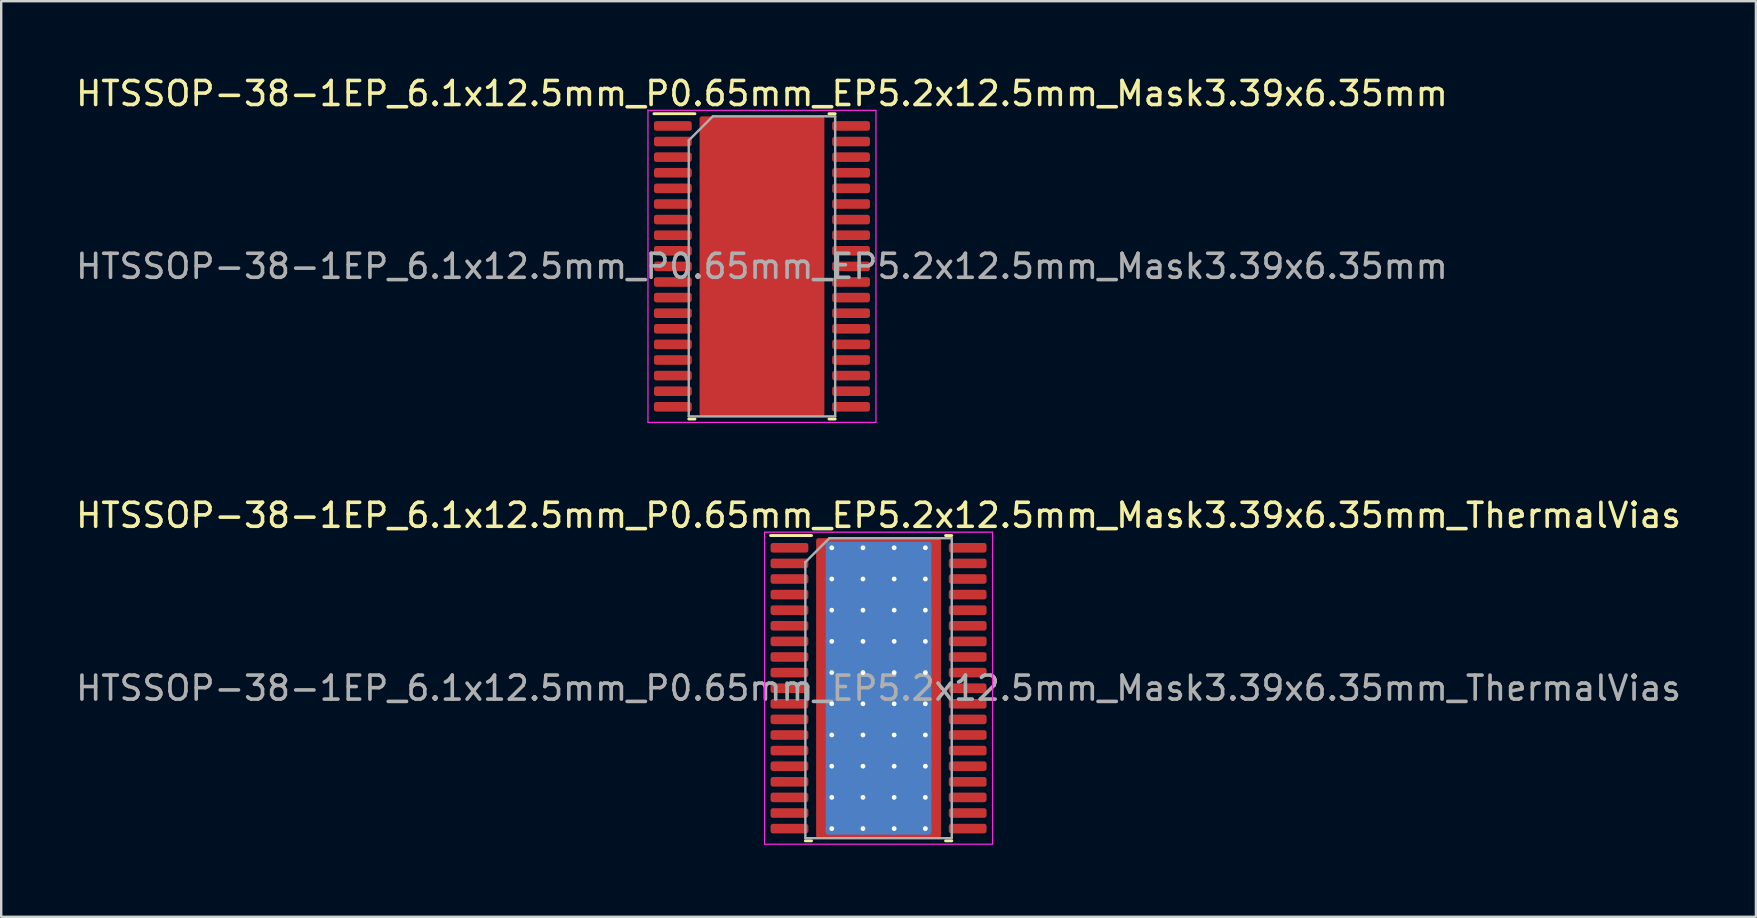
<source format=kicad_pcb>
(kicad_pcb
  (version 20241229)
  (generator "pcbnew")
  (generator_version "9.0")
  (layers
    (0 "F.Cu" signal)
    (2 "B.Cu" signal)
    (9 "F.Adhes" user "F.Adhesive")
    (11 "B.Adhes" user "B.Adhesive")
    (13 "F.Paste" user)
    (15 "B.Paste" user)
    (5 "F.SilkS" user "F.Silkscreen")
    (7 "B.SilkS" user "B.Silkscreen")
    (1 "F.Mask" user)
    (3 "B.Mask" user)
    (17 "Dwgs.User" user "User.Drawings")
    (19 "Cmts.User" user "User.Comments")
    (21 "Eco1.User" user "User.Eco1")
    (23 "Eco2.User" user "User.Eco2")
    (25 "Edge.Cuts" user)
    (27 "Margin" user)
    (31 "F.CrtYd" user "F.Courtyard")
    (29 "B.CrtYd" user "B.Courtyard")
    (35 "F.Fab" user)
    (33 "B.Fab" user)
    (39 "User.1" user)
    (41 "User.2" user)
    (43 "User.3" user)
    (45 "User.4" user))
  (footprint "HTSSOP-38-1EP_6.1x12.5mm_P0.65mm_EP5.2x12.5mm_Mask3.39x6.35mm_ThermalVias"
    (layer "F.Cu")
    (at 33.554 25.622)
    (property "Reference" "HTSSOP-38-1EP_6.1x12.5mm_P0.65mm_EP5.2x12.5mm_Mask3.39x6.35mm_ThermalVias" (at 0 -7.2 0) (layer "F.SilkS") (effects (font (size 1 1) (thickness 0.15))))
    (attr smd)
    (fp_line (start -2.792 -6.36) (end -4.5 -6.36) (stroke (width 0.12) (type solid)) (layer "F.SilkS"))
    (fp_line (start -2.792 6.36) (end -3.05 6.36) (stroke (width 0.12) (type solid)) (layer "F.SilkS"))
    (fp_line (start 2.792 -6.36) (end 3.05 -6.36) (stroke (width 0.12) (type solid)) (layer "F.SilkS"))
    (fp_line (start 2.792 6.36) (end 3.05 6.36) (stroke (width 0.12) (type solid)) (layer "F.SilkS"))
    (fp_line (start -4.75 -6.5) (end -4.75 6.5) (stroke (width 0.05) (type solid)) (layer "F.CrtYd"))
    (fp_line (start -4.75 6.5) (end 4.75 6.5) (stroke (width 0.05) (type solid)) (layer "F.CrtYd"))
    (fp_line (start 4.75 -6.5) (end -4.75 -6.5) (stroke (width 0.05) (type solid)) (layer "F.CrtYd"))
    (fp_line (start 4.75 6.5) (end 4.75 -6.5) (stroke (width 0.05) (type solid)) (layer "F.CrtYd"))
    (fp_line (start -3.05 -5.25) (end -2.05 -6.25) (stroke (width 0.1) (type solid)) (layer "F.Fab"))
    (fp_line (start -3.05 6.25) (end -3.05 -5.25) (stroke (width 0.1) (type solid)) (layer "F.Fab"))
    (fp_line (start -2.05 -6.25) (end 3.05 -6.25) (stroke (width 0.1) (type solid)) (layer "F.Fab"))
    (fp_line (start 3.05 -6.25) (end 3.05 6.25) (stroke (width 0.1) (type solid)) (layer "F.Fab"))
    (fp_line (start 3.05 6.25) (end -3.05 6.25) (stroke (width 0.1) (type solid)) (layer "F.Fab"))
    (fp_text user "${REFERENCE}" (at 0 0 0) (layer "F.Fab") (effects (font (size 1 1) (thickness 0.15))))
    (pad "" smd roundrect (at -0.85 -2.12) (size 1.37 1.71) (layers "F.Paste") (roundrect_rratio 0.182))
    (pad "" smd roundrect (at -0.85 0) (size 1.37 1.71) (layers "F.Paste") (roundrect_rratio 0.182))
    (pad "" smd roundrect (at -0.85 2.12) (size 1.37 1.71) (layers "F.Paste") (roundrect_rratio 0.182))
    (pad "" smd roundrect (at 0 0) (size 3.39 6.35) (layers "F.Mask") (roundrect_rratio 0.029))
    (pad "" smd roundrect (at 0.85 -2.12) (size 1.37 1.71) (layers "F.Paste") (roundrect_rratio 0.182))
    (pad "" smd roundrect (at 0.85 0) (size 1.37 1.71) (layers "F.Paste") (roundrect_rratio 0.182))
    (pad "" smd roundrect (at 0.85 2.12) (size 1.37 1.71) (layers "F.Paste") (roundrect_rratio 0.182))
    (pad "1" smd roundrect (at -3.712 -5.85) (size 1.575 0.4) (layers "F.Cu" "F.Mask" "F.Paste") (roundrect_rratio 0.25))
    (pad "2" smd roundrect (at -3.712 -5.2) (size 1.575 0.4) (layers "F.Cu" "F.Mask" "F.Paste") (roundrect_rratio 0.25))
    (pad "3" smd roundrect (at -3.712 -4.55) (size 1.575 0.4) (layers "F.Cu" "F.Mask" "F.Paste") (roundrect_rratio 0.25))
    (pad "4" smd roundrect (at -3.712 -3.9) (size 1.575 0.4) (layers "F.Cu" "F.Mask" "F.Paste") (roundrect_rratio 0.25))
    (pad "5" smd roundrect (at -3.712 -3.25) (size 1.575 0.4) (layers "F.Cu" "F.Mask" "F.Paste") (roundrect_rratio 0.25))
    (pad "6" smd roundrect (at -3.712 -2.6) (size 1.575 0.4) (layers "F.Cu" "F.Mask" "F.Paste") (roundrect_rratio 0.25))
    (pad "7" smd roundrect (at -3.712 -1.95) (size 1.575 0.4) (layers "F.Cu" "F.Mask" "F.Paste") (roundrect_rratio 0.25))
    (pad "8" smd roundrect (at -3.712 -1.3) (size 1.575 0.4) (layers "F.Cu" "F.Mask" "F.Paste") (roundrect_rratio 0.25))
    (pad "9" smd roundrect (at -3.712 -0.65) (size 1.575 0.4) (layers "F.Cu" "F.Mask" "F.Paste") (roundrect_rratio 0.25))
    (pad "10" smd roundrect (at -3.712 0) (size 1.575 0.4) (layers "F.Cu" "F.Mask" "F.Paste") (roundrect_rratio 0.25))
    (pad "11" smd roundrect (at -3.712 0.65) (size 1.575 0.4) (layers "F.Cu" "F.Mask" "F.Paste") (roundrect_rratio 0.25))
    (pad "12" smd roundrect (at -3.712 1.3) (size 1.575 0.4) (layers "F.Cu" "F.Mask" "F.Paste") (roundrect_rratio 0.25))
    (pad "13" smd roundrect (at -3.712 1.95) (size 1.575 0.4) (layers "F.Cu" "F.Mask" "F.Paste") (roundrect_rratio 0.25))
    (pad "14" smd roundrect (at -3.712 2.6) (size 1.575 0.4) (layers "F.Cu" "F.Mask" "F.Paste") (roundrect_rratio 0.25))
    (pad "15" smd roundrect (at -3.712 3.25) (size 1.575 0.4) (layers "F.Cu" "F.Mask" "F.Paste") (roundrect_rratio 0.25))
    (pad "16" smd roundrect (at -3.712 3.9) (size 1.575 0.4) (layers "F.Cu" "F.Mask" "F.Paste") (roundrect_rratio 0.25))
    (pad "17" smd roundrect (at -3.712 4.55) (size 1.575 0.4) (layers "F.Cu" "F.Mask" "F.Paste") (roundrect_rratio 0.25))
    (pad "18" smd roundrect (at -3.712 5.2) (size 1.575 0.4) (layers "F.Cu" "F.Mask" "F.Paste") (roundrect_rratio 0.25))
    (pad "19" smd roundrect (at -3.712 5.85) (size 1.575 0.4) (layers "F.Cu" "F.Mask" "F.Paste") (roundrect_rratio 0.25))
    (pad "20" smd roundrect (at 3.712 5.85) (size 1.575 0.4) (layers "F.Cu" "F.Mask" "F.Paste") (roundrect_rratio 0.25))
    (pad "21" smd roundrect (at 3.712 5.2) (size 1.575 0.4) (layers "F.Cu" "F.Mask" "F.Paste") (roundrect_rratio 0.25))
    (pad "22" smd roundrect (at 3.712 4.55) (size 1.575 0.4) (layers "F.Cu" "F.Mask" "F.Paste") (roundrect_rratio 0.25))
    (pad "23" smd roundrect (at 3.712 3.9) (size 1.575 0.4) (layers "F.Cu" "F.Mask" "F.Paste") (roundrect_rratio 0.25))
    (pad "24" smd roundrect (at 3.712 3.25) (size 1.575 0.4) (layers "F.Cu" "F.Mask" "F.Paste") (roundrect_rratio 0.25))
    (pad "25" smd roundrect (at 3.712 2.6) (size 1.575 0.4) (layers "F.Cu" "F.Mask" "F.Paste") (roundrect_rratio 0.25))
    (pad "26" smd roundrect (at 3.712 1.95) (size 1.575 0.4) (layers "F.Cu" "F.Mask" "F.Paste") (roundrect_rratio 0.25))
    (pad "27" smd roundrect (at 3.712 1.3) (size 1.575 0.4) (layers "F.Cu" "F.Mask" "F.Paste") (roundrect_rratio 0.25))
    (pad "28" smd roundrect (at 3.712 0.65) (size 1.575 0.4) (layers "F.Cu" "F.Mask" "F.Paste") (roundrect_rratio 0.25))
    (pad "29" smd roundrect (at 3.712 0) (size 1.575 0.4) (layers "F.Cu" "F.Mask" "F.Paste") (roundrect_rratio 0.25))
    (pad "30" smd roundrect (at 3.712 -0.65) (size 1.575 0.4) (layers "F.Cu" "F.Mask" "F.Paste") (roundrect_rratio 0.25))
    (pad "31" smd roundrect (at 3.712 -1.3) (size 1.575 0.4) (layers "F.Cu" "F.Mask" "F.Paste") (roundrect_rratio 0.25))
    (pad "32" smd roundrect (at 3.712 -1.95) (size 1.575 0.4) (layers "F.Cu" "F.Mask" "F.Paste") (roundrect_rratio 0.25))
    (pad "33" smd roundrect (at 3.712 -2.6) (size 1.575 0.4) (layers "F.Cu" "F.Mask" "F.Paste") (roundrect_rratio 0.25))
    (pad "34" smd roundrect (at 3.712 -3.25) (size 1.575 0.4) (layers "F.Cu" "F.Mask" "F.Paste") (roundrect_rratio 0.25))
    (pad "35" smd roundrect (at 3.712 -3.9) (size 1.575 0.4) (layers "F.Cu" "F.Mask" "F.Paste") (roundrect_rratio 0.25))
    (pad "36" smd roundrect (at 3.712 -4.55) (size 1.575 0.4) (layers "F.Cu" "F.Mask" "F.Paste") (roundrect_rratio 0.25))
    (pad "37" smd roundrect (at 3.712 -5.2) (size 1.575 0.4) (layers "F.Cu" "F.Mask" "F.Paste") (roundrect_rratio 0.25))
    (pad "38" smd roundrect (at 3.712 -5.85) (size 1.575 0.4) (layers "F.Cu" "F.Mask" "F.Paste") (roundrect_rratio 0.25))
    (pad "39" thru_hole circle (at -1.95 -5.85) (size 0.5 0.5) (drill 0.2) (layers "*.Cu"))
    (pad "39" thru_hole circle (at -1.95 -4.55) (size 0.5 0.5) (drill 0.2) (layers "*.Cu"))
    (pad "39" thru_hole circle (at -1.95 -3.25) (size 0.5 0.5) (drill 0.2) (layers "*.Cu"))
    (pad "39" thru_hole circle (at -1.95 -1.95) (size 0.5 0.5) (drill 0.2) (layers "*.Cu"))
    (pad "39" thru_hole circle (at -1.95 -0.65) (size 0.5 0.5) (drill 0.2) (layers "*.Cu"))
    (pad "39" thru_hole circle (at -1.95 0.65) (size 0.5 0.5) (drill 0.2) (layers "*.Cu"))
    (pad "39" thru_hole circle (at -1.95 1.95) (size 0.5 0.5) (drill 0.2) (layers "*.Cu"))
    (pad "39" thru_hole circle (at -1.95 3.25) (size 0.5 0.5) (drill 0.2) (layers "*.Cu"))
    (pad "39" thru_hole circle (at -1.95 4.55) (size 0.5 0.5) (drill 0.2) (layers "*.Cu"))
    (pad "39" thru_hole circle (at -1.95 5.85) (size 0.5 0.5) (drill 0.2) (layers "*.Cu"))
    (pad "39" thru_hole circle (at -0.65 -5.85) (size 0.5 0.5) (drill 0.2) (layers "*.Cu"))
    (pad "39" thru_hole circle (at -0.65 -4.55) (size 0.5 0.5) (drill 0.2) (layers "*.Cu"))
    (pad "39" thru_hole circle (at -0.65 -3.25) (size 0.5 0.5) (drill 0.2) (layers "*.Cu"))
    (pad "39" thru_hole circle (at -0.65 -1.95) (size 0.5 0.5) (drill 0.2) (layers "*.Cu"))
    (pad "39" thru_hole circle (at -0.65 -0.65) (size 0.5 0.5) (drill 0.2) (layers "*.Cu"))
    (pad "39" thru_hole circle (at -0.65 0.65) (size 0.5 0.5) (drill 0.2) (layers "*.Cu"))
    (pad "39" thru_hole circle (at -0.65 1.95) (size 0.5 0.5) (drill 0.2) (layers "*.Cu"))
    (pad "39" thru_hole circle (at -0.65 3.25) (size 0.5 0.5) (drill 0.2) (layers "*.Cu"))
    (pad "39" thru_hole circle (at -0.65 4.55) (size 0.5 0.5) (drill 0.2) (layers "*.Cu"))
    (pad "39" thru_hole circle (at -0.65 5.85) (size 0.5 0.5) (drill 0.2) (layers "*.Cu"))
    (pad "39" smd roundrect (at 0 0) (size 4.4 12.2) (layers "B.Cu") (roundrect_rratio 0.023))
    (pad "39" smd roundrect (at 0 0) (size 5.2 12.5) (layers "F.Cu") (roundrect_rratio 0.019))
    (pad "39" thru_hole circle (at 0.65 -5.85) (size 0.5 0.5) (drill 0.2) (layers "*.Cu"))
    (pad "39" thru_hole circle (at 0.65 -4.55) (size 0.5 0.5) (drill 0.2) (layers "*.Cu"))
    (pad "39" thru_hole circle (at 0.65 -3.25) (size 0.5 0.5) (drill 0.2) (layers "*.Cu"))
    (pad "39" thru_hole circle (at 0.65 -1.95) (size 0.5 0.5) (drill 0.2) (layers "*.Cu"))
    (pad "39" thru_hole circle (at 0.65 -0.65) (size 0.5 0.5) (drill 0.2) (layers "*.Cu"))
    (pad "39" thru_hole circle (at 0.65 0.65) (size 0.5 0.5) (drill 0.2) (layers "*.Cu"))
    (pad "39" thru_hole circle (at 0.65 1.95) (size 0.5 0.5) (drill 0.2) (layers "*.Cu"))
    (pad "39" thru_hole circle (at 0.65 3.25) (size 0.5 0.5) (drill 0.2) (layers "*.Cu"))
    (pad "39" thru_hole circle (at 0.65 4.55) (size 0.5 0.5) (drill 0.2) (layers "*.Cu"))
    (pad "39" thru_hole circle (at 0.65 5.85) (size 0.5 0.5) (drill 0.2) (layers "*.Cu"))
    (pad "39" thru_hole circle (at 1.95 -5.85) (size 0.5 0.5) (drill 0.2) (layers "*.Cu"))
    (pad "39" thru_hole circle (at 1.95 -4.55) (size 0.5 0.5) (drill 0.2) (layers "*.Cu"))
    (pad "39" thru_hole circle (at 1.95 -3.25) (size 0.5 0.5) (drill 0.2) (layers "*.Cu"))
    (pad "39" thru_hole circle (at 1.95 -1.95) (size 0.5 0.5) (drill 0.2) (layers "*.Cu"))
    (pad "39" thru_hole circle (at 1.95 -0.65) (size 0.5 0.5) (drill 0.2) (layers "*.Cu"))
    (pad "39" thru_hole circle (at 1.95 0.65) (size 0.5 0.5) (drill 0.2) (layers "*.Cu"))
    (pad "39" thru_hole circle (at 1.95 1.95) (size 0.5 0.5) (drill 0.2) (layers "*.Cu"))
    (pad "39" thru_hole circle (at 1.95 3.25) (size 0.5 0.5) (drill 0.2) (layers "*.Cu"))
    (pad "39" thru_hole circle (at 1.95 4.55) (size 0.5 0.5) (drill 0.2) (layers "*.Cu"))
    (pad "39" thru_hole circle (at 1.95 5.85) (size 0.5 0.5) (drill 0.2) (layers "*.Cu")))
  (footprint "HTSSOP-38-1EP_6.1x12.5mm_P0.65mm_EP5.2x12.5mm_Mask3.39x6.35mm"
    (layer "F.Cu")
    (at 28.696 8.048)
    (property "Reference" "HTSSOP-38-1EP_6.1x12.5mm_P0.65mm_EP5.2x12.5mm_Mask3.39x6.35mm" (at 0 -7.2 0) (layer "F.SilkS") (effects (font (size 1 1) (thickness 0.15))))
    (attr smd)
    (fp_line (start -2.792 -6.36) (end -4.5 -6.36) (stroke (width 0.12) (type solid)) (layer "F.SilkS"))
    (fp_line (start -2.792 6.36) (end -3.05 6.36) (stroke (width 0.12) (type solid)) (layer "F.SilkS"))
    (fp_line (start 2.792 -6.36) (end 3.05 -6.36) (stroke (width 0.12) (type solid)) (layer "F.SilkS"))
    (fp_line (start 2.792 6.36) (end 3.05 6.36) (stroke (width 0.12) (type solid)) (layer "F.SilkS"))
    (fp_line (start -4.75 -6.5) (end -4.75 6.5) (stroke (width 0.05) (type solid)) (layer "F.CrtYd"))
    (fp_line (start -4.75 6.5) (end 4.75 6.5) (stroke (width 0.05) (type solid)) (layer "F.CrtYd"))
    (fp_line (start 4.75 -6.5) (end -4.75 -6.5) (stroke (width 0.05) (type solid)) (layer "F.CrtYd"))
    (fp_line (start 4.75 6.5) (end 4.75 -6.5) (stroke (width 0.05) (type solid)) (layer "F.CrtYd"))
    (fp_line (start -3.05 -5.25) (end -2.05 -6.25) (stroke (width 0.1) (type solid)) (layer "F.Fab"))
    (fp_line (start -3.05 6.25) (end -3.05 -5.25) (stroke (width 0.1) (type solid)) (layer "F.Fab"))
    (fp_line (start -2.05 -6.25) (end 3.05 -6.25) (stroke (width 0.1) (type solid)) (layer "F.Fab"))
    (fp_line (start 3.05 -6.25) (end 3.05 6.25) (stroke (width 0.1) (type solid)) (layer "F.Fab"))
    (fp_line (start 3.05 6.25) (end -3.05 6.25) (stroke (width 0.1) (type solid)) (layer "F.Fab"))
    (fp_text user "${REFERENCE}" (at 0 0 0) (layer "F.Fab") (effects (font (size 1 1) (thickness 0.15))))
    (pad "" smd roundrect (at -0.85 -2.12) (size 1.37 1.71) (layers "F.Paste") (roundrect_rratio 0.182))
    (pad "" smd roundrect (at -0.85 0) (size 1.37 1.71) (layers "F.Paste") (roundrect_rratio 0.182))
    (pad "" smd roundrect (at -0.85 2.12) (size 1.37 1.71) (layers "F.Paste") (roundrect_rratio 0.182))
    (pad "" smd roundrect (at 0 0) (size 3.39 6.35) (layers "F.Mask") (roundrect_rratio 0.029))
    (pad "" smd roundrect (at 0.85 -2.12) (size 1.37 1.71) (layers "F.Paste") (roundrect_rratio 0.182))
    (pad "" smd roundrect (at 0.85 0) (size 1.37 1.71) (layers "F.Paste") (roundrect_rratio 0.182))
    (pad "" smd roundrect (at 0.85 2.12) (size 1.37 1.71) (layers "F.Paste") (roundrect_rratio 0.182))
    (pad "1" smd roundrect (at -3.712 -5.85) (size 1.575 0.4) (layers "F.Cu" "F.Mask" "F.Paste") (roundrect_rratio 0.25))
    (pad "2" smd roundrect (at -3.712 -5.2) (size 1.575 0.4) (layers "F.Cu" "F.Mask" "F.Paste") (roundrect_rratio 0.25))
    (pad "3" smd roundrect (at -3.712 -4.55) (size 1.575 0.4) (layers "F.Cu" "F.Mask" "F.Paste") (roundrect_rratio 0.25))
    (pad "4" smd roundrect (at -3.712 -3.9) (size 1.575 0.4) (layers "F.Cu" "F.Mask" "F.Paste") (roundrect_rratio 0.25))
    (pad "5" smd roundrect (at -3.712 -3.25) (size 1.575 0.4) (layers "F.Cu" "F.Mask" "F.Paste") (roundrect_rratio 0.25))
    (pad "6" smd roundrect (at -3.712 -2.6) (size 1.575 0.4) (layers "F.Cu" "F.Mask" "F.Paste") (roundrect_rratio 0.25))
    (pad "7" smd roundrect (at -3.712 -1.95) (size 1.575 0.4) (layers "F.Cu" "F.Mask" "F.Paste") (roundrect_rratio 0.25))
    (pad "8" smd roundrect (at -3.712 -1.3) (size 1.575 0.4) (layers "F.Cu" "F.Mask" "F.Paste") (roundrect_rratio 0.25))
    (pad "9" smd roundrect (at -3.712 -0.65) (size 1.575 0.4) (layers "F.Cu" "F.Mask" "F.Paste") (roundrect_rratio 0.25))
    (pad "10" smd roundrect (at -3.712 0) (size 1.575 0.4) (layers "F.Cu" "F.Mask" "F.Paste") (roundrect_rratio 0.25))
    (pad "11" smd roundrect (at -3.712 0.65) (size 1.575 0.4) (layers "F.Cu" "F.Mask" "F.Paste") (roundrect_rratio 0.25))
    (pad "12" smd roundrect (at -3.712 1.3) (size 1.575 0.4) (layers "F.Cu" "F.Mask" "F.Paste") (roundrect_rratio 0.25))
    (pad "13" smd roundrect (at -3.712 1.95) (size 1.575 0.4) (layers "F.Cu" "F.Mask" "F.Paste") (roundrect_rratio 0.25))
    (pad "14" smd roundrect (at -3.712 2.6) (size 1.575 0.4) (layers "F.Cu" "F.Mask" "F.Paste") (roundrect_rratio 0.25))
    (pad "15" smd roundrect (at -3.712 3.25) (size 1.575 0.4) (layers "F.Cu" "F.Mask" "F.Paste") (roundrect_rratio 0.25))
    (pad "16" smd roundrect (at -3.712 3.9) (size 1.575 0.4) (layers "F.Cu" "F.Mask" "F.Paste") (roundrect_rratio 0.25))
    (pad "17" smd roundrect (at -3.712 4.55) (size 1.575 0.4) (layers "F.Cu" "F.Mask" "F.Paste") (roundrect_rratio 0.25))
    (pad "18" smd roundrect (at -3.712 5.2) (size 1.575 0.4) (layers "F.Cu" "F.Mask" "F.Paste") (roundrect_rratio 0.25))
    (pad "19" smd roundrect (at -3.712 5.85) (size 1.575 0.4) (layers "F.Cu" "F.Mask" "F.Paste") (roundrect_rratio 0.25))
    (pad "20" smd roundrect (at 3.712 5.85) (size 1.575 0.4) (layers "F.Cu" "F.Mask" "F.Paste") (roundrect_rratio 0.25))
    (pad "21" smd roundrect (at 3.712 5.2) (size 1.575 0.4) (layers "F.Cu" "F.Mask" "F.Paste") (roundrect_rratio 0.25))
    (pad "22" smd roundrect (at 3.712 4.55) (size 1.575 0.4) (layers "F.Cu" "F.Mask" "F.Paste") (roundrect_rratio 0.25))
    (pad "23" smd roundrect (at 3.712 3.9) (size 1.575 0.4) (layers "F.Cu" "F.Mask" "F.Paste") (roundrect_rratio 0.25))
    (pad "24" smd roundrect (at 3.712 3.25) (size 1.575 0.4) (layers "F.Cu" "F.Mask" "F.Paste") (roundrect_rratio 0.25))
    (pad "25" smd roundrect (at 3.712 2.6) (size 1.575 0.4) (layers "F.Cu" "F.Mask" "F.Paste") (roundrect_rratio 0.25))
    (pad "26" smd roundrect (at 3.712 1.95) (size 1.575 0.4) (layers "F.Cu" "F.Mask" "F.Paste") (roundrect_rratio 0.25))
    (pad "27" smd roundrect (at 3.712 1.3) (size 1.575 0.4) (layers "F.Cu" "F.Mask" "F.Paste") (roundrect_rratio 0.25))
    (pad "28" smd roundrect (at 3.712 0.65) (size 1.575 0.4) (layers "F.Cu" "F.Mask" "F.Paste") (roundrect_rratio 0.25))
    (pad "29" smd roundrect (at 3.712 0) (size 1.575 0.4) (layers "F.Cu" "F.Mask" "F.Paste") (roundrect_rratio 0.25))
    (pad "30" smd roundrect (at 3.712 -0.65) (size 1.575 0.4) (layers "F.Cu" "F.Mask" "F.Paste") (roundrect_rratio 0.25))
    (pad "31" smd roundrect (at 3.712 -1.3) (size 1.575 0.4) (layers "F.Cu" "F.Mask" "F.Paste") (roundrect_rratio 0.25))
    (pad "32" smd roundrect (at 3.712 -1.95) (size 1.575 0.4) (layers "F.Cu" "F.Mask" "F.Paste") (roundrect_rratio 0.25))
    (pad "33" smd roundrect (at 3.712 -2.6) (size 1.575 0.4) (layers "F.Cu" "F.Mask" "F.Paste") (roundrect_rratio 0.25))
    (pad "34" smd roundrect (at 3.712 -3.25) (size 1.575 0.4) (layers "F.Cu" "F.Mask" "F.Paste") (roundrect_rratio 0.25))
    (pad "35" smd roundrect (at 3.712 -3.9) (size 1.575 0.4) (layers "F.Cu" "F.Mask" "F.Paste") (roundrect_rratio 0.25))
    (pad "36" smd roundrect (at 3.712 -4.55) (size 1.575 0.4) (layers "F.Cu" "F.Mask" "F.Paste") (roundrect_rratio 0.25))
    (pad "37" smd roundrect (at 3.712 -5.2) (size 1.575 0.4) (layers "F.Cu" "F.Mask" "F.Paste") (roundrect_rratio 0.25))
    (pad "38" smd roundrect (at 3.712 -5.85) (size 1.575 0.4) (layers "F.Cu" "F.Mask" "F.Paste") (roundrect_rratio 0.25))
    (pad "39" smd roundrect (at 0 0) (size 5.2 12.5) (layers "F.Cu") (roundrect_rratio 0.019)))
  (gr_rect
    (start -3 -3)
    (end 70.107 35.147)
    (stroke (width 0.1) (type default))
    (fill no)
    (layer "Edge.Cuts")))
</source>
